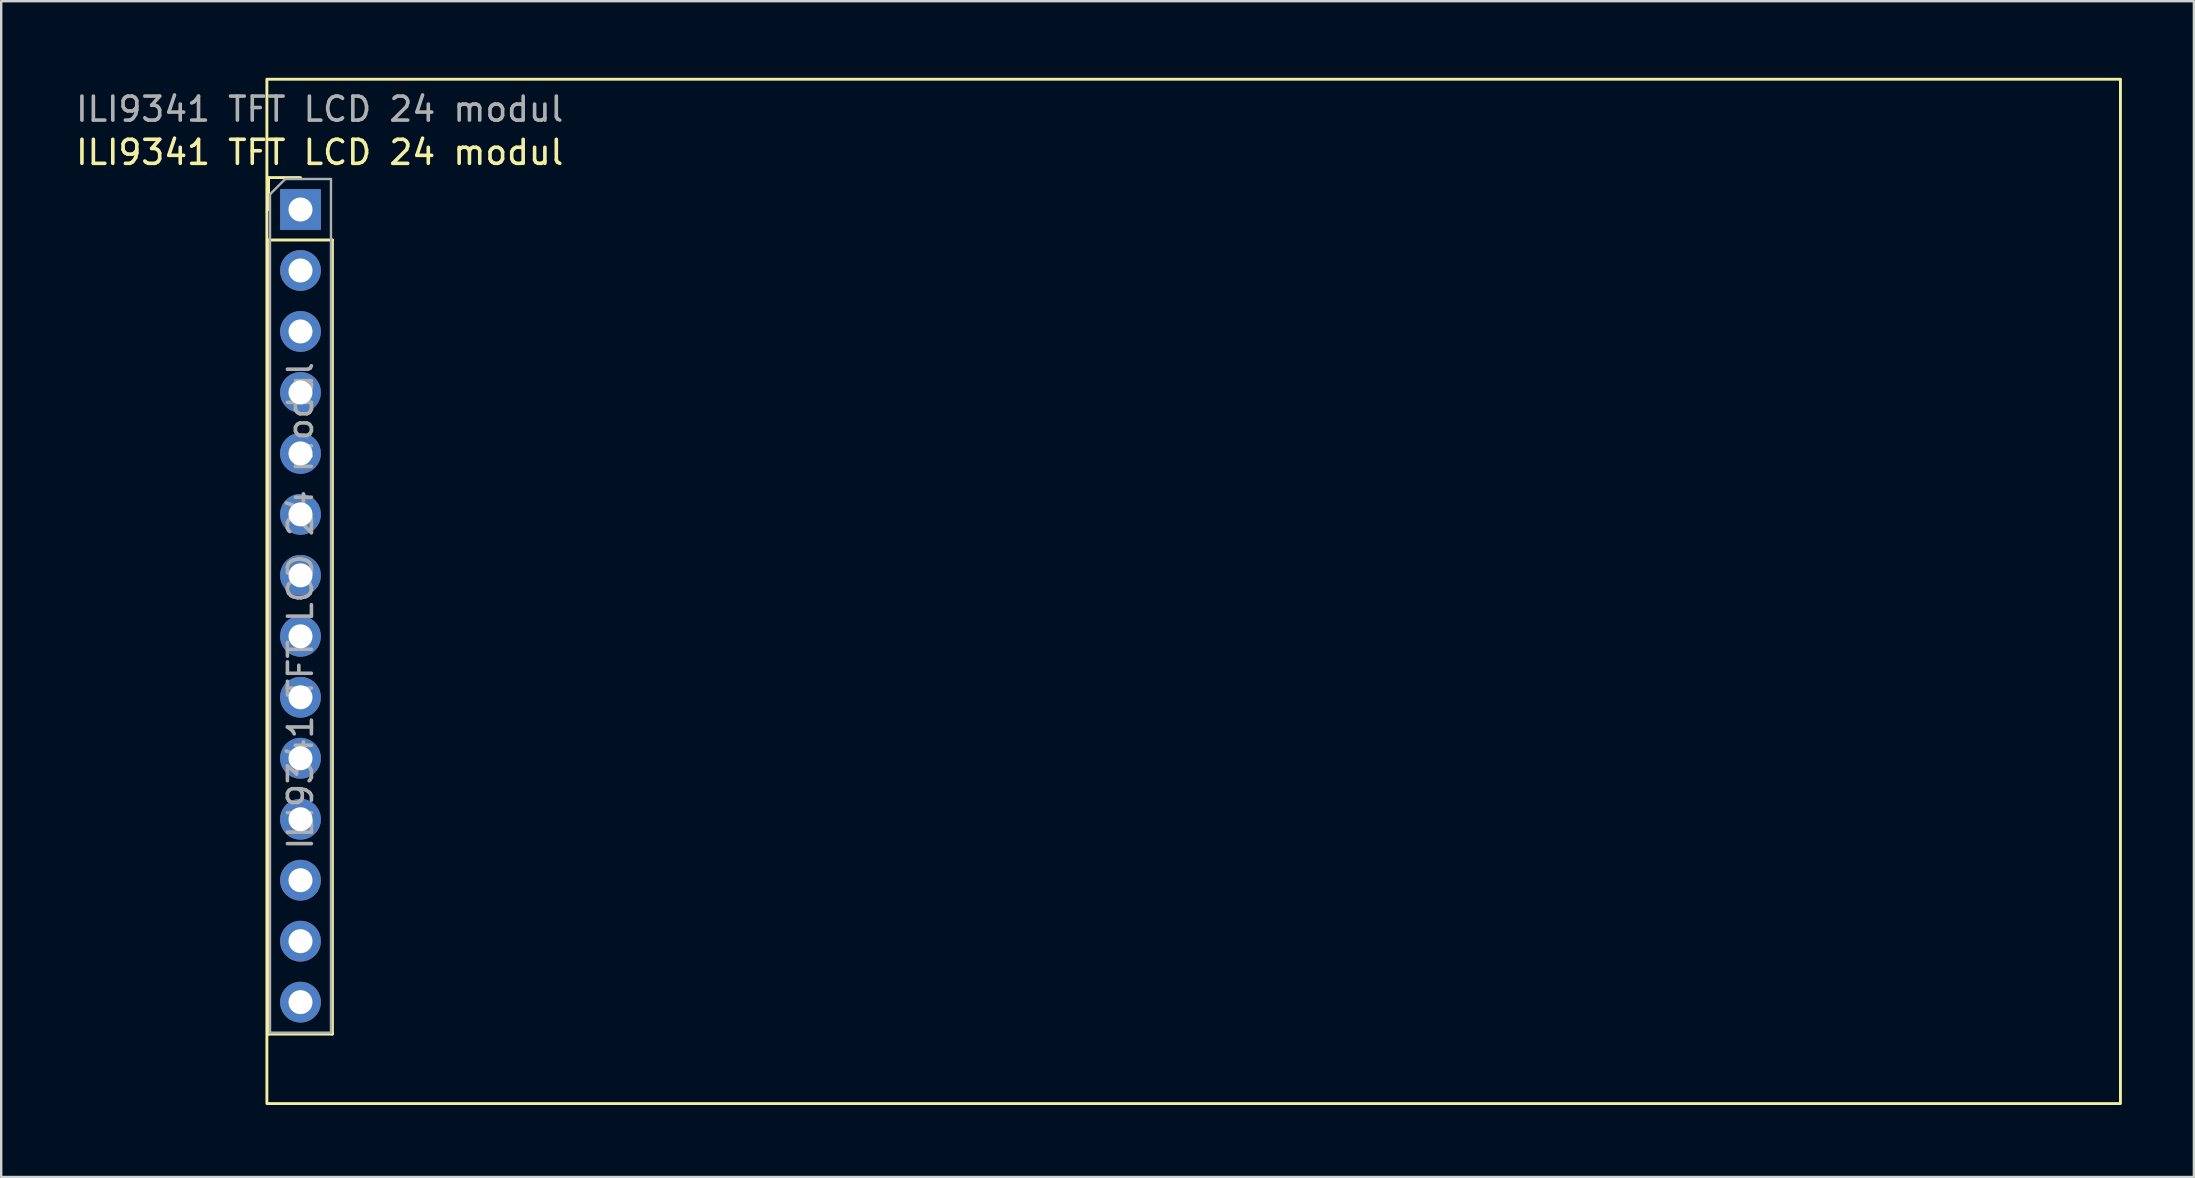
<source format=kicad_pcb>
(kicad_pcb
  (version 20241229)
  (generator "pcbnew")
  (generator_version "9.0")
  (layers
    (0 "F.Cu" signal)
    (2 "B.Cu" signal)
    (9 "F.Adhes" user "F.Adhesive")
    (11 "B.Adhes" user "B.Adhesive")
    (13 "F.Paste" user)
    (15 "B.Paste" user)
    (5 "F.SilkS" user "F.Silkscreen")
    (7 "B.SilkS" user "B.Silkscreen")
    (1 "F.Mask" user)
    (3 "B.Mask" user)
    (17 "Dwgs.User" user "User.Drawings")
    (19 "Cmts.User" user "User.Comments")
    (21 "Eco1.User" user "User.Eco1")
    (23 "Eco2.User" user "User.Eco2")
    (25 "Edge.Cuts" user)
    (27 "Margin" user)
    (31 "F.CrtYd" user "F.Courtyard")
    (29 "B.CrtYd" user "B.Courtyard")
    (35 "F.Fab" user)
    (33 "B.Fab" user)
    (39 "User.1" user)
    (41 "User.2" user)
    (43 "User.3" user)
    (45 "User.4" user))
  (footprint "ILI9341 TFT LCD 24 modul"
    (layer "F.Cu")
    (at 8.068 0.25)
    (property "Reference" "ILI9341 TFT LCD 24 modul" (at 2.2 3.048 0) (unlocked yes) (layer "F.SilkS") (effects (font (size 1 1) (thickness 0.15))))
    (attr through_hole)
    (fp_line (start 0.07 4.098) (end 1.4 4.098) (stroke (width 0.12) (type solid)) (layer "F.SilkS"))
    (fp_line (start 0.07 5.428) (end 0.07 4.098) (stroke (width 0.12) (type solid)) (layer "F.SilkS"))
    (fp_line (start 0.07 6.698) (end 0.07 39.778) (stroke (width 0.12) (type solid)) (layer "F.SilkS"))
    (fp_line (start 0.07 6.698) (end 2.73 6.698) (stroke (width 0.12) (type solid)) (layer "F.SilkS"))
    (fp_line (start 0.07 39.778) (end 2.73 39.778) (stroke (width 0.12) (type solid)) (layer "F.SilkS"))
    (fp_line (start 2.73 6.698) (end 2.73 39.778) (stroke (width 0.12) (type solid)) (layer "F.SilkS"))
    (fp_rect (start 0 0) (end 77.216 42.672) (stroke (width 0.12) (type solid)) (fill no) (layer "F.SilkS"))
    (fp_line (start 0.13 4.793) (end 0.765 4.158) (stroke (width 0.1) (type solid)) (layer "F.Fab"))
    (fp_line (start 0.13 39.718) (end 0.13 4.793) (stroke (width 0.1) (type solid)) (layer "F.Fab"))
    (fp_line (start 0.765 4.158) (end 2.67 4.158) (stroke (width 0.1) (type solid)) (layer "F.Fab"))
    (fp_line (start 2.67 4.158) (end 2.67 39.718) (stroke (width 0.1) (type solid)) (layer "F.Fab"))
    (fp_line (start 2.67 39.718) (end 0.13 39.718) (stroke (width 0.1) (type solid)) (layer "F.Fab"))
    (fp_text user "${REFERENCE}" (at 2.2 1.248 0) (unlocked yes) (layer "F.Fab") (effects (font (size 1 1) (thickness 0.15))))
    (fp_text user "${REFERENCE}" (at 1.4 21.938 90) (layer "F.Fab") (effects (font (size 1 1) (thickness 0.15))))
    (pad "1" thru_hole rect (at 1.4 5.428) (size 1.7 1.7) (drill 1) (layers "*.Cu" "*.Mask"))
    (pad "2" thru_hole oval (at 1.4 7.968) (size 1.7 1.7) (drill 1) (layers "*.Cu" "*.Mask"))
    (pad "3" thru_hole oval (at 1.4 10.508) (size 1.7 1.7) (drill 1) (layers "*.Cu" "*.Mask"))
    (pad "4" thru_hole oval (at 1.4 13.048) (size 1.7 1.7) (drill 1) (layers "*.Cu" "*.Mask"))
    (pad "5" thru_hole oval (at 1.4 15.588) (size 1.7 1.7) (drill 1) (layers "*.Cu" "*.Mask"))
    (pad "6" thru_hole oval (at 1.4 18.128) (size 1.7 1.7) (drill 1) (layers "*.Cu" "*.Mask"))
    (pad "7" thru_hole oval (at 1.4 20.668) (size 1.7 1.7) (drill 1) (layers "*.Cu" "*.Mask"))
    (pad "8" thru_hole oval (at 1.4 23.208) (size 1.7 1.7) (drill 1) (layers "*.Cu" "*.Mask"))
    (pad "9" thru_hole oval (at 1.4 25.748) (size 1.7 1.7) (drill 1) (layers "*.Cu" "*.Mask"))
    (pad "10" thru_hole oval (at 1.4 28.288) (size 1.7 1.7) (drill 1) (layers "*.Cu" "*.Mask"))
    (pad "11" thru_hole oval (at 1.4 30.828) (size 1.7 1.7) (drill 1) (layers "*.Cu" "*.Mask"))
    (pad "12" thru_hole oval (at 1.4 33.368) (size 1.7 1.7) (drill 1) (layers "*.Cu" "*.Mask"))
    (pad "13" thru_hole oval (at 1.4 35.908) (size 1.7 1.7) (drill 1) (layers "*.Cu" "*.Mask"))
    (pad "14" thru_hole oval (at 1.4 38.448) (size 1.7 1.7) (drill 1) (layers "*.Cu" "*.Mask")))
  (gr_rect
    (start -3 -3)
    (end 88.344 45.982)
    (stroke (width 0.1) (type default))
    (fill no)
    (layer "Edge.Cuts")))
</source>
